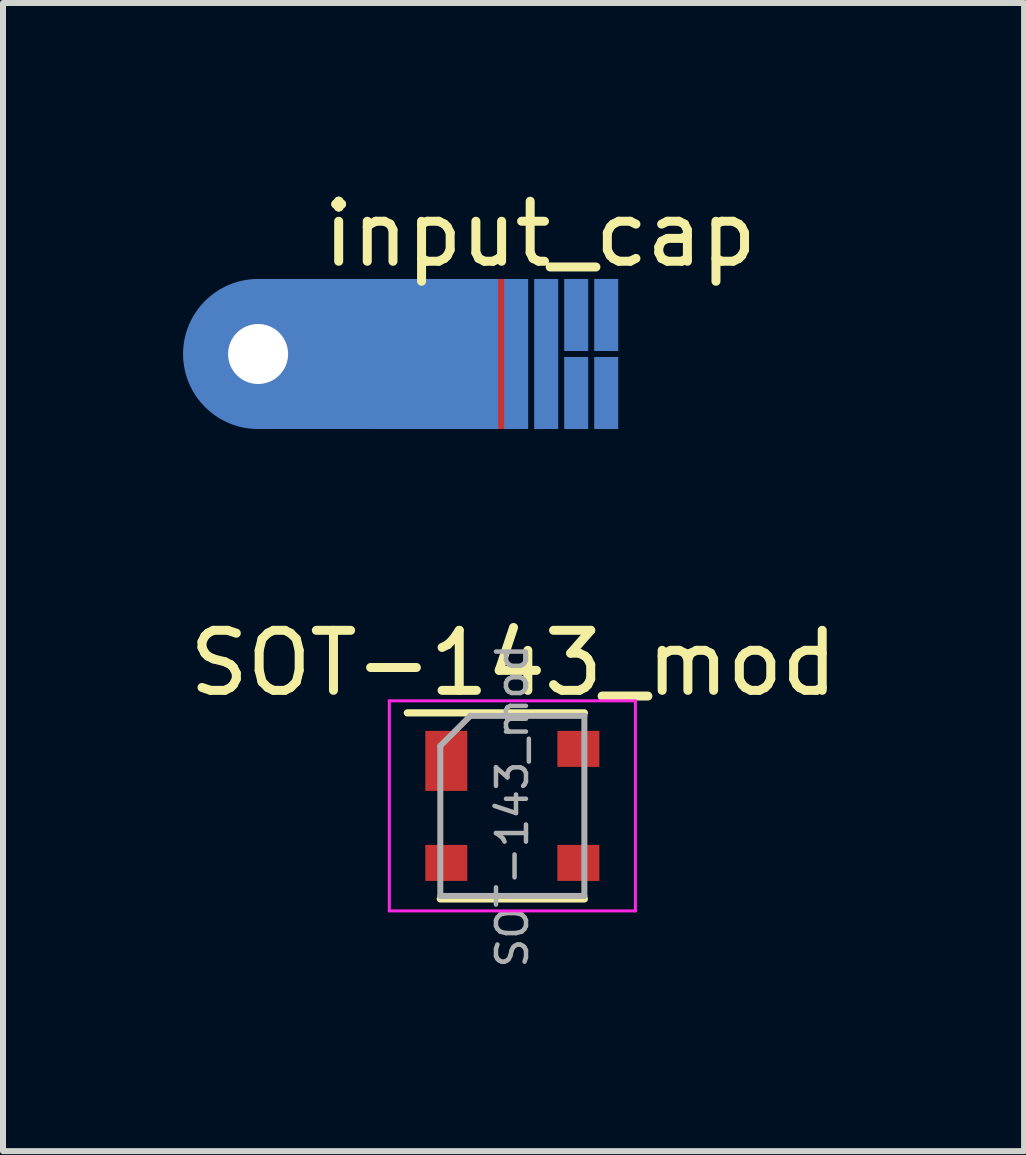
<source format=kicad_pcb>
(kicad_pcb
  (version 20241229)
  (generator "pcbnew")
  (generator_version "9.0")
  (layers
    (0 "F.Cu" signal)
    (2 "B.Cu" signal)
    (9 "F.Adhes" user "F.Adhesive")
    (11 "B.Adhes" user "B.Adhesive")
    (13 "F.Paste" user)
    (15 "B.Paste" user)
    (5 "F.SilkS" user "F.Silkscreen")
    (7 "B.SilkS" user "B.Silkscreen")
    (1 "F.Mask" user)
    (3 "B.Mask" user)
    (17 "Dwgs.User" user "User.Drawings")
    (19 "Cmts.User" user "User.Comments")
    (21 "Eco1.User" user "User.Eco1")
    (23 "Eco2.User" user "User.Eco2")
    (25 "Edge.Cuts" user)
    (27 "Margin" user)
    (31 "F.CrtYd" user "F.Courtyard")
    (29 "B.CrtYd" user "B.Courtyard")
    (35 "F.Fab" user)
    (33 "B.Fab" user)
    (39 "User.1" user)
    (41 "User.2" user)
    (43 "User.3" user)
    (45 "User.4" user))
  (footprint "SOT-143_mod"
    (layer "F.Cu")
    (at 5.486 10.377)
    (property "Reference" "SOT-143_mod" (at 0.02 -2.38 0) (layer "F.SilkS") (effects (font (size 1 1) (thickness 0.15))))
    (attr smd)
    (fp_line (start -1.2 1.55) (end 1.2 1.55) (stroke (width 0.12) (type solid)) (layer "F.SilkS"))
    (fp_line (start 1.2 -1.55) (end -1.75 -1.55) (stroke (width 0.12) (type solid)) (layer "F.SilkS"))
    (fp_line (start -2.05 1.75) (end -2.05 -1.75) (stroke (width 0.05) (type solid)) (layer "F.CrtYd"))
    (fp_line (start -2.05 1.75) (end 2.05 1.75) (stroke (width 0.05) (type solid)) (layer "F.CrtYd"))
    (fp_line (start 2.05 -1.75) (end -2.05 -1.75) (stroke (width 0.05) (type solid)) (layer "F.CrtYd"))
    (fp_line (start 2.05 -1.75) (end 2.05 1.75) (stroke (width 0.05) (type solid)) (layer "F.CrtYd"))
    (fp_line (start -1.2 -1) (end -0.7 -1.5) (stroke (width 0.1) (type solid)) (layer "F.Fab"))
    (fp_line (start -1.2 1.5) (end -1.2 -1) (stroke (width 0.1) (type solid)) (layer "F.Fab"))
    (fp_line (start -0.7 -1.5) (end 1.2 -1.5) (stroke (width 0.1) (type solid)) (layer "F.Fab"))
    (fp_line (start 1.2 -1.5) (end 1.2 1.5) (stroke (width 0.1) (type solid)) (layer "F.Fab"))
    (fp_line (start 1.2 1.5) (end -1.2 1.5) (stroke (width 0.1) (type solid)) (layer "F.Fab"))
    (fp_text user "${REFERENCE}" (at 0 0 90) (layer "F.Fab") (effects (font (size 0.5 0.5) (thickness 0.075))))
    (pad "1" smd rect (at -1.1 -0.75) (size 0.7 1) (layers "F.Cu" "F.Mask" "F.Paste"))
    (pad "2" smd rect (at -1.1 0.95) (size 0.7 0.6) (layers "F.Cu" "F.Mask" "F.Paste"))
    (pad "3" smd rect (at 1.1 0.95) (size 0.7 0.6) (layers "F.Cu" "F.Mask" "F.Paste"))
    (pad "4" smd rect (at 1.1 -0.95) (size 0.7 0.6) (layers "F.Cu" "F.Mask" "F.Paste")))
  (footprint "input_cap"
    (layer "F.Cu")
    (at 5.95 2.848)
    (property "Reference" "input_cap" (at 0 -2 0) (unlocked yes) (layer "F.SilkS") (effects (font (size 1 1) (thickness 0.15))))
    (attr exclude_from_pos_files exclude_from_bom)
    (fp_rect (start -0.6 -1.25) (end -0.2 1.25) (stroke (width 0) (type solid)) (fill yes) (layer "B.Cu"))
    (fp_rect (start -0.1 -1.25) (end 0.3 1.25) (stroke (width 0) (type solid)) (fill yes) (layer "B.Cu"))
    (fp_rect (start 0.4 -1.25) (end 0.8 -0.05) (stroke (width 0) (type solid)) (fill yes) (layer "B.Cu"))
    (fp_rect (start 0.4 0.05) (end 0.8 1.25) (stroke (width 0) (type solid)) (fill yes) (layer "B.Cu"))
    (fp_rect (start 0.9 -1.25) (end 1.3 -0.05) (stroke (width 0) (type solid)) (fill yes) (layer "B.Cu"))
    (fp_rect (start 0.9 0.05) (end 1.3 1.25) (stroke (width 0) (type solid)) (fill yes) (layer "B.Cu"))
    (fp_circle (center -4.7 0) (end -3.45 0) (stroke (width 0) (type solid)) (fill yes) (layer "B.Cu"))
    (fp_poly (pts (xy -4.7 -1.25) (xy -0.7 -1.25) (xy -0.7 1.25) (xy -4.7 1.25)) (stroke (width 0) (type solid)) (fill yes) (layer "B.Cu"))
    (fp_rect (start -1.3 -1.25) (end 1.3 1.25) (stroke (width 0.1) (type solid)) (fill yes) (layer "B.Mask"))
    (pad "1" thru_hole circle (at -4.7 0) (size 2 2) (drill 1) (layers "*.Cu" "*.Mask"))
    (pad "2" smd rect (at -1.6 0) (size 2.5 2.5) (layers "F.Cu" "F.Mask")))
  (gr_rect
    (start -3 -3)
    (end 14.012 16.129)
    (stroke (width 0.1) (type default))
    (fill no)
    (layer "Edge.Cuts")))
</source>
